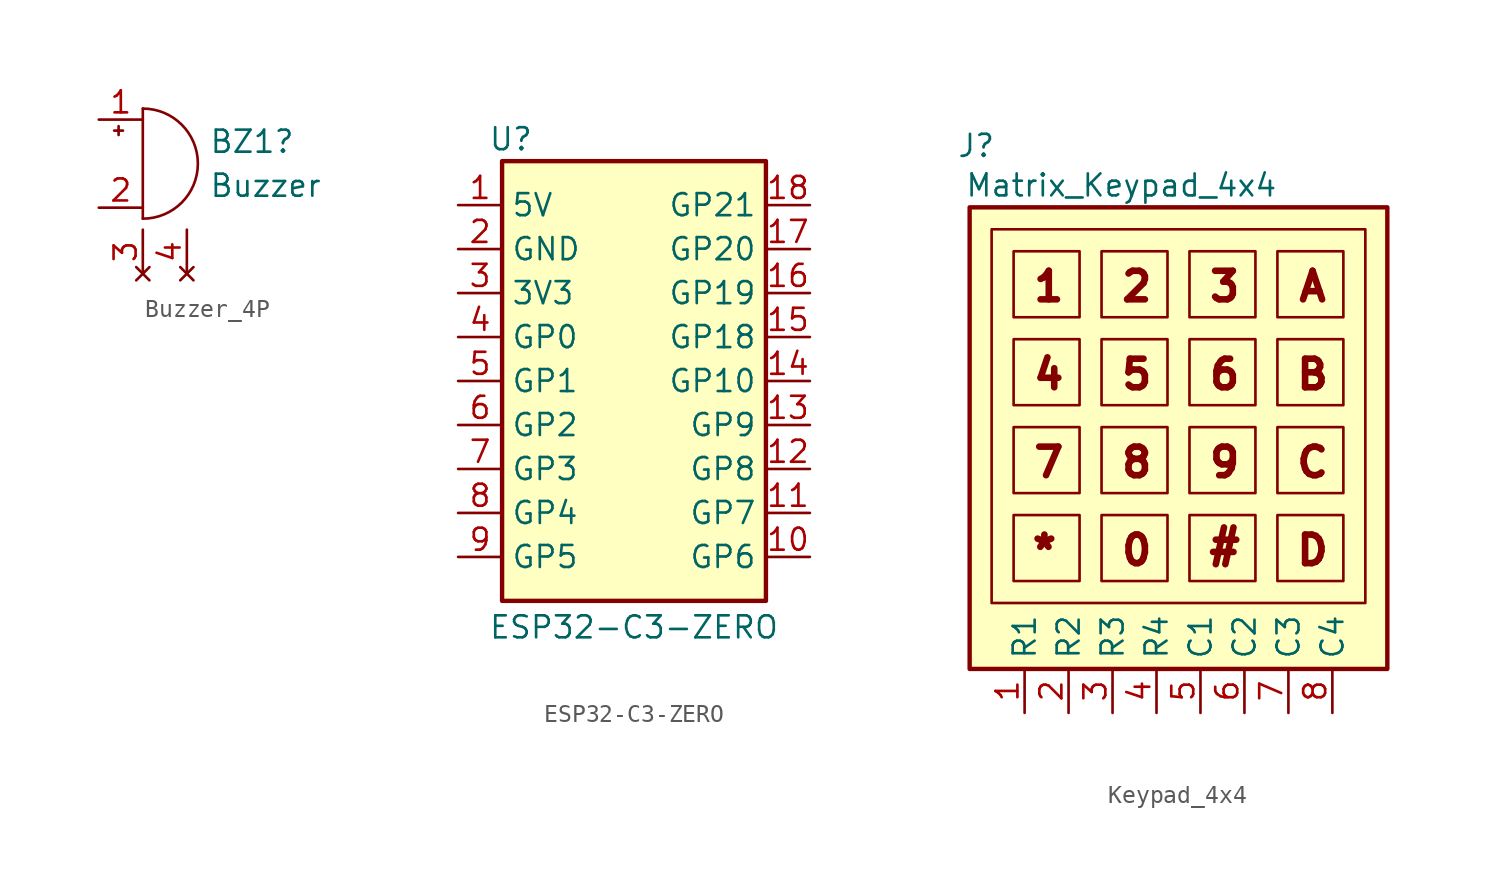
<source format=kicad_sym>
(kicad_symbol_lib
  (version 20231120)
  (generator "kicad_symbol_editor")
  (generator_version "8.0")
  (symbol "Buzzer_4P"
    (pin_names
      (offset 0.025) hide)
    (property "Reference" "BZ1"
      (at 3.81 1.27 0)
      (effects (font (size 1.27 1.27)) (justify left)))
    (property "Value" "Buzzer"
      (at 3.81 -1.27 0)
      (effects (font (size 1.27 1.27)) (justify left)))
    (symbol "Buzzer_4P_0_1"
      (arc (start 0 -3.175) (mid 3.1612 0) (end 0 3.175) (stroke (width 0) (type default)) (fill (type none)))
      (polyline (pts (xy -1.651 1.905) (xy -1.143 1.905)) (stroke (width 0) (type default)) (fill (type none)))
      (polyline (pts (xy -1.397 2.159) (xy -1.397 1.651)) (stroke (width 0) (type default)) (fill (type none)))
      (polyline (pts (xy 0 3.175) (xy 0 -3.175)) (stroke (width 0) (type default)) (fill (type none))))
    (symbol "Buzzer_4P_1_1"
      (pin passive line (at -2.54 2.54 0) (length 2.54) (name "+" (effects (font (size 1.27 1.27)))) (number "1" (effects (font (size 1.27 1.27)))))
      (pin passive line (at -2.54 -2.54 0) (length 2.54) (name "-" (effects (font (size 1.27 1.27)))) (number "2" (effects (font (size 1.27 1.27)))))
      (pin no_connect line (at 0 -6.35 90) (length 2.54) (name "" (effects (font (size 1.27 1.27)))) (number "3" (effects (font (size 1.27 1.27)))))
      (pin no_connect line (at 2.54 -6.35 90) (length 2.54) (name "" (effects (font (size 1.27 1.27)))) (number "4" (effects (font (size 1.27 1.27)))))))
  (symbol "ESP32-C3-ZERO"
    (property "Reference" "U"
      (at -7.112 13.97 0)
      (effects (font (size 1.27 1.27))))
    (property "Value" "ESP32-C3-ZERO"
      (at 0 -14.224 0)
      (effects (font (size 1.27 1.27))))
    (symbol "ESP32-C3-ZERO_1_1"
      (rectangle (start -7.62 12.7) (end 7.62 -12.7) (stroke (width 0.254) (type default)) (fill (type background)))
      (pin power_out line (at -10.16 10.16 0) (length 2.54) (name "5V" (effects (font (size 1.27 1.27)))) (number "1" (effects (font (size 1.27 1.27)))))
      (pin passive line (at 10.16 -10.16 180) (length 2.54) (name "GP6" (effects (font (size 1.27 1.27)))) (number "10" (effects (font (size 1.27 1.27)))))
      (pin passive line (at 10.16 -7.62 180) (length 2.54) (name "GP7" (effects (font (size 1.27 1.27)))) (number "11" (effects (font (size 1.27 1.27)))))
      (pin passive line (at 10.16 -5.08 180) (length 2.54) (name "GP8" (effects (font (size 1.27 1.27)))) (number "12" (effects (font (size 1.27 1.27)))))
      (pin passive line (at 10.16 -2.54 180) (length 2.54) (name "GP9" (effects (font (size 1.27 1.27)))) (number "13" (effects (font (size 1.27 1.27)))))
      (pin passive line (at 10.16 0 180) (length 2.54) (name "GP10" (effects (font (size 1.27 1.27)))) (number "14" (effects (font (size 1.27 1.27)))))
      (pin passive line (at 10.16 2.54 180) (length 2.54) (name "GP18" (effects (font (size 1.27 1.27)))) (number "15" (effects (font (size 1.27 1.27)))))
      (pin passive line (at 10.16 5.08 180) (length 2.54) (name "GP19" (effects (font (size 1.27 1.27)))) (number "16" (effects (font (size 1.27 1.27)))))
      (pin passive line (at 10.16 7.62 180) (length 2.54) (name "GP20" (effects (font (size 1.27 1.27)))) (number "17" (effects (font (size 1.27 1.27)))))
      (pin passive line (at 10.16 10.16 180) (length 2.54) (name "GP21" (effects (font (size 1.27 1.27)))) (number "18" (effects (font (size 1.27 1.27)))))
      (pin power_out line (at -10.16 7.62 0) (length 2.54) (name "GND" (effects (font (size 1.27 1.27)))) (number "2" (effects (font (size 1.27 1.27)))))
      (pin power_in line (at -10.16 5.08 0) (length 2.54) (name "3V3" (effects (font (size 1.27 1.27)))) (number "3" (effects (font (size 1.27 1.27)))))
      (pin passive line (at -10.16 2.54 0) (length 2.54) (name "GP0" (effects (font (size 1.27 1.27)))) (number "4" (effects (font (size 1.27 1.27)))))
      (pin passive line (at -10.16 0 0) (length 2.54) (name "GP1" (effects (font (size 1.27 1.27)))) (number "5" (effects (font (size 1.27 1.27)))))
      (pin passive line (at -10.16 -2.54 0) (length 2.54) (name "GP2" (effects (font (size 1.27 1.27)))) (number "6" (effects (font (size 1.27 1.27)))))
      (pin passive line (at -10.16 -5.08 0) (length 2.54) (name "GP3" (effects (font (size 1.27 1.27)))) (number "7" (effects (font (size 1.27 1.27)))))
      (pin passive line (at -10.16 -7.62 0) (length 2.54) (name "GP4" (effects (font (size 1.27 1.27)))) (number "8" (effects (font (size 1.27 1.27)))))
      (pin passive line (at -10.16 -10.16 0) (length 2.54) (name "GP5" (effects (font (size 1.27 1.27)))) (number "9" (effects (font (size 1.27 1.27)))))))
  (symbol "Keypad_4x4"
    (property "Reference" "J"
      (at -11.684 16.256 0)
      (effects (font (size 1.27 1.27))))
    (property "Value" "Matrix_Keypad_4x4"
      (at -3.302 13.97 0)
      (effects (font (size 1.27 1.27))))
    (symbol "Keypad_4x4_1_1"
      (rectangle (start -12.065 12.7) (end 12.065 -13.97) (stroke (width 0.254) (type default)) (fill (type background)))
      (rectangle (start -10.795 11.43) (end 10.795 -10.16) (stroke (width 0) (type default)) (fill (type none)))
      (rectangle (start -9.525 -5.08) (end -5.715 -8.89) (stroke (width 0) (type default)) (fill (type none)))
      (rectangle (start -9.525 0) (end -5.715 -3.81) (stroke (width 0) (type default)) (fill (type none)))
      (rectangle (start -9.525 5.08) (end -5.715 1.27) (stroke (width 0) (type default)) (fill (type none)))
      (rectangle (start -9.525 10.16) (end -5.715 6.35) (stroke (width 0) (type default)) (fill (type none)))
      (rectangle (start -4.445 -5.08) (end -0.635 -8.89) (stroke (width 0) (type default)) (fill (type none)))
      (rectangle (start -4.445 0) (end -0.635 -3.81) (stroke (width 0) (type default)) (fill (type none)))
      (rectangle (start -4.445 5.08) (end -0.635 1.27) (stroke (width 0) (type default)) (fill (type none)))
      (rectangle (start -4.445 10.16) (end -0.635 6.35) (stroke (width 0) (type default)) (fill (type none)))
      (rectangle (start 0.635 -5.08) (end 4.445 -8.89) (stroke (width 0) (type default)) (fill (type none)))
      (rectangle (start 0.635 0) (end 4.445 -3.81) (stroke (width 0) (type default)) (fill (type none)))
      (rectangle (start 0.635 5.08) (end 4.445 1.27) (stroke (width 0) (type default)) (fill (type none)))
      (rectangle (start 0.635 10.16) (end 4.445 6.35) (stroke (width 0) (type default)) (fill (type none)))
      (rectangle (start 5.715 -5.08) (end 9.525 -8.89) (stroke (width 0) (type default)) (fill (type none)))
      (rectangle (start 5.715 0) (end 9.525 -3.81) (stroke (width 0) (type default)) (fill (type none)))
      (rectangle (start 5.715 5.08) (end 9.525 1.27) (stroke (width 0) (type default)) (fill (type none)))
      (rectangle (start 5.715 10.16) (end 9.525 6.35) (stroke (width 0) (type default)) (fill (type none)))
      (text "#" (at 2.667 -6.858 0) (effects (font (size 1.651 1.651) (thickness 0.381))))
      (text "*" (at -7.747 -7.112 0) (effects (font (size 1.651 1.651) (thickness 0.381))))
      (text "0" (at -2.413 -7.112 0) (effects (font (size 1.651 1.651) (thickness 0.381))))
      (text "1" (at -7.493 8.128 0) (effects (font (size 1.651 1.651) (thickness 0.381))))
      (text "2" (at -2.413 8.128 0) (effects (font (size 1.651 1.651) (thickness 0.381))))
      (text "3" (at 2.667 8.128 0) (effects (font (size 1.651 1.651) (thickness 0.381))))
      (text "4" (at -7.493 3.048 0) (effects (font (size 1.651 1.651) (thickness 0.381))))
      (text "5" (at -2.413 3.048 0) (effects (font (size 1.651 1.651) (thickness 0.381))))
      (text "6" (at 2.667 3.048 0) (effects (font (size 1.651 1.651) (thickness 0.381))))
      (text "7" (at -7.493 -2.032 0) (effects (font (size 1.651 1.651) (thickness 0.381))))
      (text "8" (at -2.413 -2.032 0) (effects (font (size 1.651 1.651) (thickness 0.381))))
      (text "9" (at 2.667 -2.032 0) (effects (font (size 1.651 1.651) (thickness 0.381))))
      (text "A" (at 7.747 8.128 0) (effects (font (size 1.651 1.651) (thickness 0.381))))
      (text "B" (at 7.747 3.048 0) (effects (font (size 1.651 1.651) (thickness 0.381))))
      (text "C" (at 7.747 -2.032 0) (effects (font (size 1.651 1.651) (thickness 0.381))))
      (text "D" (at 7.747 -7.112 0) (effects (font (size 1.651 1.651) (thickness 0.381))))
      (pin passive line (at -8.89 -16.51 90) (length 2.54) (name "R1" (effects (font (size 1.27 1.27)))) (number "1" (effects (font (size 1.27 1.27)))))
      (pin passive line (at -6.35 -16.51 90) (length 2.54) (name "R2" (effects (font (size 1.27 1.27)))) (number "2" (effects (font (size 1.27 1.27)))))
      (pin passive line (at -3.81 -16.51 90) (length 2.54) (name "R3" (effects (font (size 1.27 1.27)))) (number "3" (effects (font (size 1.27 1.27)))))
      (pin passive line (at -1.27 -16.51 90) (length 2.54) (name "R4" (effects (font (size 1.27 1.27)))) (number "4" (effects (font (size 1.27 1.27)))))
      (pin passive line (at 1.27 -16.51 90) (length 2.54) (name "C1" (effects (font (size 1.27 1.27)))) (number "5" (effects (font (size 1.27 1.27)))))
      (pin passive line (at 3.81 -16.51 90) (length 2.54) (name "C2" (effects (font (size 1.27 1.27)))) (number "6" (effects (font (size 1.27 1.27)))))
      (pin passive line (at 6.35 -16.51 90) (length 2.54) (name "C3" (effects (font (size 1.27 1.27)))) (number "7" (effects (font (size 1.27 1.27)))))
      (pin passive line (at 8.89 -16.51 90) (length 2.54) (name "C4" (effects (font (size 1.27 1.27)))) (number "8" (effects (font (size 1.27 1.27))))))))
</source>
